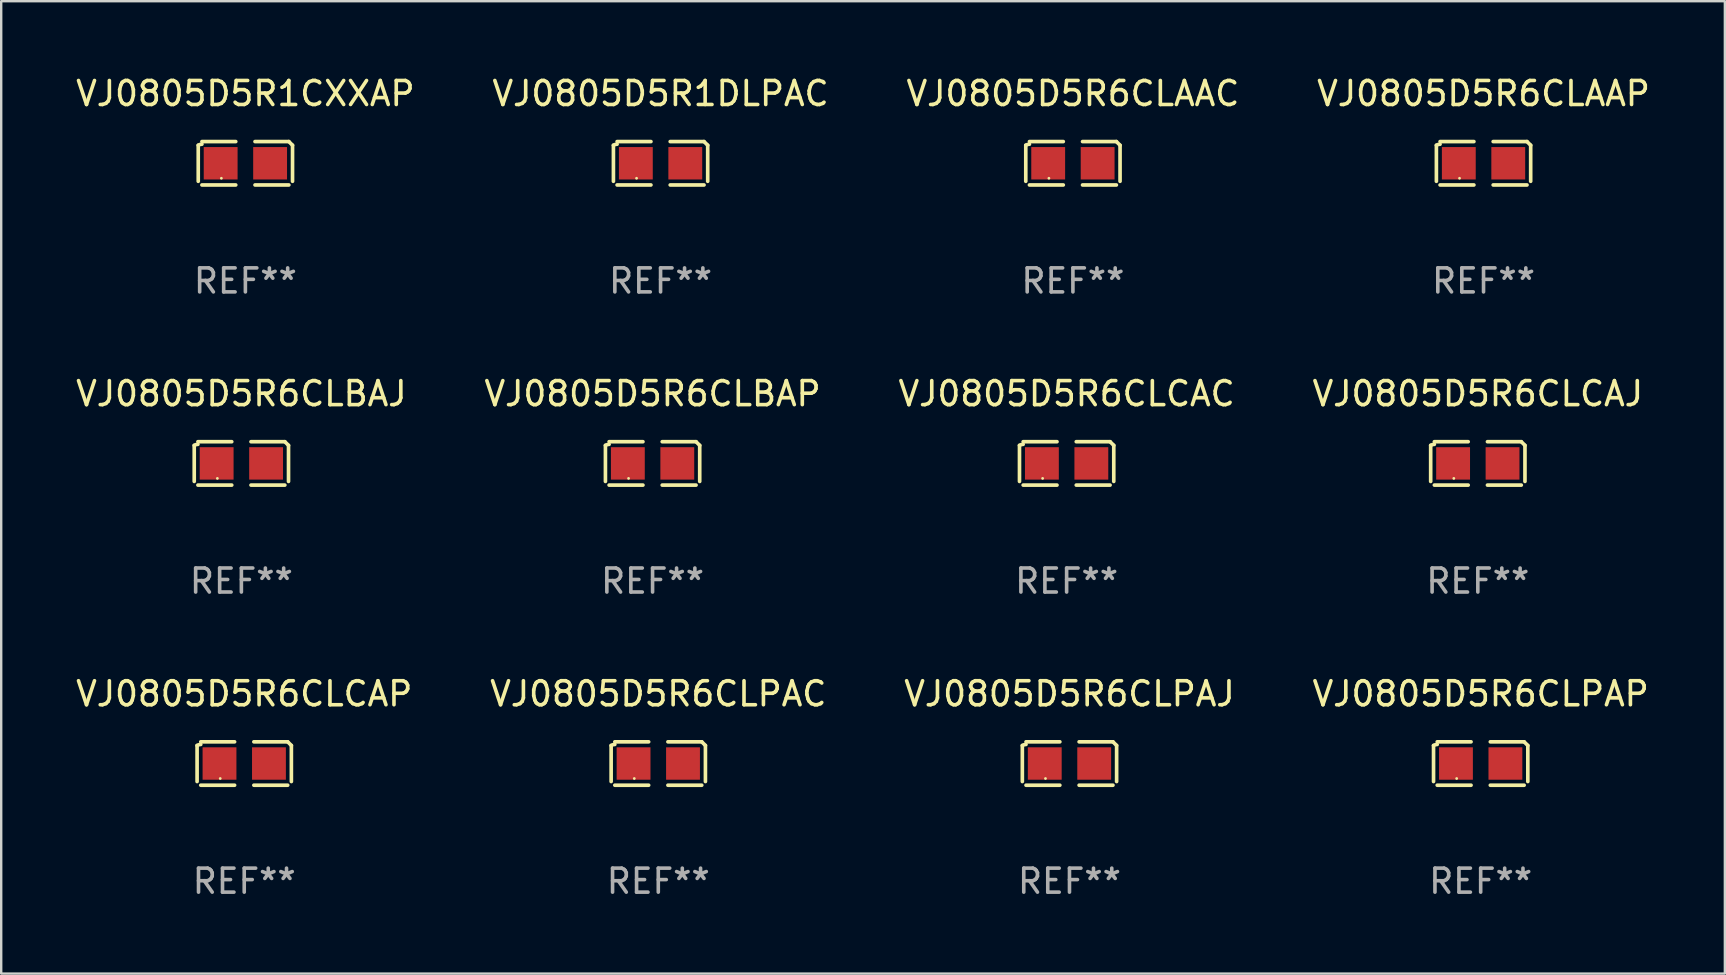
<source format=kicad_pcb>
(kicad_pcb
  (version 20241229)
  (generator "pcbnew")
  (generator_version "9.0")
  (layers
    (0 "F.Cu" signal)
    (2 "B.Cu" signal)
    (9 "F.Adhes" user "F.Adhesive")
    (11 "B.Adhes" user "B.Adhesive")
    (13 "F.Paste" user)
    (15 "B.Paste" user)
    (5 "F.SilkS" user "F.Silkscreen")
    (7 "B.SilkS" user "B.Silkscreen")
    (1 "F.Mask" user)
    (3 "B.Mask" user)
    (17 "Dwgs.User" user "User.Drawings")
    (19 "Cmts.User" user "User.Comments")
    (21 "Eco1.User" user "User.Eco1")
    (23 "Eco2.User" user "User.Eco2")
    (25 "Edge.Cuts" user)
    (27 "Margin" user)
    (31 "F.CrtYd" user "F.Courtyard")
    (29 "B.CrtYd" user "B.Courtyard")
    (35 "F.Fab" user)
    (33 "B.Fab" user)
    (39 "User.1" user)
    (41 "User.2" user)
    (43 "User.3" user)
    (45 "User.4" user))
  (footprint "VJ0805D5R6CLPAP"
    (layer "F.Cu")
    (at 58.637 28.759)
    (property "Reference" "VJ0805D5R6CLPAP" (at 0 -2.904 0) (layer "F.SilkS") (effects (font (size 1 1) (thickness 0.15))))
    (attr through_hole)
    (fp_line (start -1.964 0.751) (end -1.964 -0.751) (stroke (width 0.152) (type solid)) (layer "F.SilkS"))
    (fp_line (start -1.811 -0.904) (end -0.401 -0.904) (stroke (width 0.152) (type solid)) (layer "F.SilkS"))
    (fp_line (start -0.401 0.904) (end -1.811 0.904) (stroke (width 0.152) (type solid)) (layer "F.SilkS"))
    (fp_line (start 0.401 0.904) (end 1.811 0.904) (stroke (width 0.152) (type solid)) (layer "F.SilkS"))
    (fp_line (start 1.811 -0.904) (end 0.401 -0.904) (stroke (width 0.152) (type solid)) (layer "F.SilkS"))
    (fp_line (start 1.964 0.751) (end 1.964 -0.751) (stroke (width 0.152) (type solid)) (layer "F.SilkS"))
    (fp_arc (start -1.963602 -0.751207) (mid -1.890354 -0.783131) (end -1.811201 -0.794044) (stroke (width 0.1524) (type solid)) (layer "F.SilkS"))
    (fp_arc (start 1.811202 -0.903607) (mid 1.887413 -0.827418) (end 1.963602 -0.751207) (stroke (width 0.1524) (type solid)) (layer "F.SilkS"))
    (fp_circle (center -1 0.625) (end -0.97 0.625) (stroke (width 0.06) (type solid)) (fill no) (layer "F.SilkS"))
    (fp_text user "REF**" (at 0 4.904 0) (layer "F.Fab") (effects (font (size 1 1) (thickness 0.15))))
    (pad "1" smd rect (at -1.03 0) (size 1.41 1.35) (layers "F.Cu" "F.Mask" "F.Paste"))
    (pad "2" smd rect (at 1.03 0) (size 1.41 1.35) (layers "F.Cu" "F.Mask" "F.Paste")))
  (footprint "VJ0805D5R6CLCAJ"
    (layer "F.Cu")
    (at 58.518 16.256)
    (property "Reference" "VJ0805D5R6CLCAJ" (at 0 -2.904 0) (layer "F.SilkS") (effects (font (size 1 1) (thickness 0.15))))
    (attr through_hole)
    (fp_line (start -1.964 0.751) (end -1.964 -0.751) (stroke (width 0.152) (type solid)) (layer "F.SilkS"))
    (fp_line (start -1.811 -0.904) (end -0.401 -0.904) (stroke (width 0.152) (type solid)) (layer "F.SilkS"))
    (fp_line (start -0.401 0.904) (end -1.811 0.904) (stroke (width 0.152) (type solid)) (layer "F.SilkS"))
    (fp_line (start 0.401 0.904) (end 1.811 0.904) (stroke (width 0.152) (type solid)) (layer "F.SilkS"))
    (fp_line (start 1.811 -0.904) (end 0.401 -0.904) (stroke (width 0.152) (type solid)) (layer "F.SilkS"))
    (fp_line (start 1.964 0.751) (end 1.964 -0.751) (stroke (width 0.152) (type solid)) (layer "F.SilkS"))
    (fp_arc (start -1.963602 -0.751207) (mid -1.890354 -0.783131) (end -1.811201 -0.794044) (stroke (width 0.1524) (type solid)) (layer "F.SilkS"))
    (fp_arc (start 1.811202 -0.903607) (mid 1.887413 -0.827418) (end 1.963602 -0.751207) (stroke (width 0.1524) (type solid)) (layer "F.SilkS"))
    (fp_circle (center -1 0.625) (end -0.97 0.625) (stroke (width 0.06) (type solid)) (fill no) (layer "F.SilkS"))
    (fp_text user "REF**" (at 0 4.904 0) (layer "F.Fab") (effects (font (size 1 1) (thickness 0.15))))
    (pad "1" smd rect (at -1.03 0) (size 1.41 1.35) (layers "F.Cu" "F.Mask" "F.Paste"))
    (pad "2" smd rect (at 1.03 0) (size 1.41 1.35) (layers "F.Cu" "F.Mask" "F.Paste")))
  (footprint "VJ0805D5R6CLCAP"
    (layer "F.Cu")
    (at 7.125 28.759)
    (property "Reference" "VJ0805D5R6CLCAP" (at 0 -2.904 0) (layer "F.SilkS") (effects (font (size 1 1) (thickness 0.15))))
    (attr through_hole)
    (fp_line (start -1.964 0.751) (end -1.964 -0.751) (stroke (width 0.152) (type solid)) (layer "F.SilkS"))
    (fp_line (start -1.811 -0.904) (end -0.401 -0.904) (stroke (width 0.152) (type solid)) (layer "F.SilkS"))
    (fp_line (start -0.401 0.904) (end -1.811 0.904) (stroke (width 0.152) (type solid)) (layer "F.SilkS"))
    (fp_line (start 0.401 0.904) (end 1.811 0.904) (stroke (width 0.152) (type solid)) (layer "F.SilkS"))
    (fp_line (start 1.811 -0.904) (end 0.401 -0.904) (stroke (width 0.152) (type solid)) (layer "F.SilkS"))
    (fp_line (start 1.964 0.751) (end 1.964 -0.751) (stroke (width 0.152) (type solid)) (layer "F.SilkS"))
    (fp_arc (start -1.963602 -0.751207) (mid -1.890354 -0.783131) (end -1.811201 -0.794044) (stroke (width 0.1524) (type solid)) (layer "F.SilkS"))
    (fp_arc (start 1.811202 -0.903607) (mid 1.887413 -0.827418) (end 1.963602 -0.751207) (stroke (width 0.1524) (type solid)) (layer "F.SilkS"))
    (fp_circle (center -1 0.625) (end -0.97 0.625) (stroke (width 0.06) (type solid)) (fill no) (layer "F.SilkS"))
    (fp_text user "REF**" (at 0 4.904 0) (layer "F.Fab") (effects (font (size 1 1) (thickness 0.15))))
    (pad "1" smd rect (at -1.03 0) (size 1.41 1.35) (layers "F.Cu" "F.Mask" "F.Paste"))
    (pad "2" smd rect (at 1.03 0) (size 1.41 1.35) (layers "F.Cu" "F.Mask" "F.Paste")))
  (footprint "VJ0805D5R6CLAAC"
    (layer "F.Cu")
    (at 41.649 3.752)
    (property "Reference" "VJ0805D5R6CLAAC" (at 0 -2.904 0) (layer "F.SilkS") (effects (font (size 1 1) (thickness 0.15))))
    (attr through_hole)
    (fp_line (start -1.964 0.751) (end -1.964 -0.751) (stroke (width 0.152) (type solid)) (layer "F.SilkS"))
    (fp_line (start -1.811 -0.904) (end -0.401 -0.904) (stroke (width 0.152) (type solid)) (layer "F.SilkS"))
    (fp_line (start -0.401 0.904) (end -1.811 0.904) (stroke (width 0.152) (type solid)) (layer "F.SilkS"))
    (fp_line (start 0.401 0.904) (end 1.811 0.904) (stroke (width 0.152) (type solid)) (layer "F.SilkS"))
    (fp_line (start 1.811 -0.904) (end 0.401 -0.904) (stroke (width 0.152) (type solid)) (layer "F.SilkS"))
    (fp_line (start 1.964 0.751) (end 1.964 -0.751) (stroke (width 0.152) (type solid)) (layer "F.SilkS"))
    (fp_arc (start -1.963602 -0.751207) (mid -1.890354 -0.783131) (end -1.811201 -0.794044) (stroke (width 0.1524) (type solid)) (layer "F.SilkS"))
    (fp_arc (start 1.811202 -0.903607) (mid 1.887413 -0.827418) (end 1.963602 -0.751207) (stroke (width 0.1524) (type solid)) (layer "F.SilkS"))
    (fp_circle (center -1 0.625) (end -0.97 0.625) (stroke (width 0.06) (type solid)) (fill no) (layer "F.SilkS"))
    (fp_text user "REF**" (at 0 4.904 0) (layer "F.Fab") (effects (font (size 1 1) (thickness 0.15))))
    (pad "1" smd rect (at -1.03 0) (size 1.41 1.35) (layers "F.Cu" "F.Mask" "F.Paste"))
    (pad "2" smd rect (at 1.03 0) (size 1.41 1.35) (layers "F.Cu" "F.Mask" "F.Paste")))
  (footprint "VJ0805D5R6CLPAC"
    (layer "F.Cu")
    (at 24.375 28.759)
    (property "Reference" "VJ0805D5R6CLPAC" (at 0 -2.904 0) (layer "F.SilkS") (effects (font (size 1 1) (thickness 0.15))))
    (attr through_hole)
    (fp_line (start -1.964 0.751) (end -1.964 -0.751) (stroke (width 0.152) (type solid)) (layer "F.SilkS"))
    (fp_line (start -1.811 -0.904) (end -0.401 -0.904) (stroke (width 0.152) (type solid)) (layer "F.SilkS"))
    (fp_line (start -0.401 0.904) (end -1.811 0.904) (stroke (width 0.152) (type solid)) (layer "F.SilkS"))
    (fp_line (start 0.401 0.904) (end 1.811 0.904) (stroke (width 0.152) (type solid)) (layer "F.SilkS"))
    (fp_line (start 1.811 -0.904) (end 0.401 -0.904) (stroke (width 0.152) (type solid)) (layer "F.SilkS"))
    (fp_line (start 1.964 0.751) (end 1.964 -0.751) (stroke (width 0.152) (type solid)) (layer "F.SilkS"))
    (fp_arc (start -1.963602 -0.751207) (mid -1.890354 -0.783131) (end -1.811201 -0.794044) (stroke (width 0.1524) (type solid)) (layer "F.SilkS"))
    (fp_arc (start 1.811202 -0.903607) (mid 1.887413 -0.827418) (end 1.963602 -0.751207) (stroke (width 0.1524) (type solid)) (layer "F.SilkS"))
    (fp_circle (center -1 0.625) (end -0.97 0.625) (stroke (width 0.06) (type solid)) (fill no) (layer "F.SilkS"))
    (fp_text user "REF**" (at 0 4.904 0) (layer "F.Fab") (effects (font (size 1 1) (thickness 0.15))))
    (pad "1" smd rect (at -1.03 0) (size 1.41 1.35) (layers "F.Cu" "F.Mask" "F.Paste"))
    (pad "2" smd rect (at 1.03 0) (size 1.41 1.35) (layers "F.Cu" "F.Mask" "F.Paste")))
  (footprint "VJ0805D5R6CLBAJ"
    (layer "F.Cu")
    (at 7.006 16.256)
    (property "Reference" "VJ0805D5R6CLBAJ" (at 0 -2.904 0) (layer "F.SilkS") (effects (font (size 1 1) (thickness 0.15))))
    (attr through_hole)
    (fp_line (start -1.964 0.751) (end -1.964 -0.751) (stroke (width 0.152) (type solid)) (layer "F.SilkS"))
    (fp_line (start -1.811 -0.904) (end -0.401 -0.904) (stroke (width 0.152) (type solid)) (layer "F.SilkS"))
    (fp_line (start -0.401 0.904) (end -1.811 0.904) (stroke (width 0.152) (type solid)) (layer "F.SilkS"))
    (fp_line (start 0.401 0.904) (end 1.811 0.904) (stroke (width 0.152) (type solid)) (layer "F.SilkS"))
    (fp_line (start 1.811 -0.904) (end 0.401 -0.904) (stroke (width 0.152) (type solid)) (layer "F.SilkS"))
    (fp_line (start 1.964 0.751) (end 1.964 -0.751) (stroke (width 0.152) (type solid)) (layer "F.SilkS"))
    (fp_arc (start -1.963602 -0.751207) (mid -1.890354 -0.783131) (end -1.811201 -0.794044) (stroke (width 0.1524) (type solid)) (layer "F.SilkS"))
    (fp_arc (start 1.811202 -0.903607) (mid 1.887413 -0.827418) (end 1.963602 -0.751207) (stroke (width 0.1524) (type solid)) (layer "F.SilkS"))
    (fp_circle (center -1 0.625) (end -0.97 0.625) (stroke (width 0.06) (type solid)) (fill no) (layer "F.SilkS"))
    (fp_text user "REF**" (at 0 4.904 0) (layer "F.Fab") (effects (font (size 1 1) (thickness 0.15))))
    (pad "1" smd rect (at -1.03 0) (size 1.41 1.35) (layers "F.Cu" "F.Mask" "F.Paste"))
    (pad "2" smd rect (at 1.03 0) (size 1.41 1.35) (layers "F.Cu" "F.Mask" "F.Paste")))
  (footprint "VJ0805D5R6CLBAP"
    (layer "F.Cu")
    (at 24.137 16.256)
    (property "Reference" "VJ0805D5R6CLBAP" (at 0 -2.904 0) (layer "F.SilkS") (effects (font (size 1 1) (thickness 0.15))))
    (attr through_hole)
    (fp_line (start -1.964 0.751) (end -1.964 -0.751) (stroke (width 0.152) (type solid)) (layer "F.SilkS"))
    (fp_line (start -1.811 -0.904) (end -0.401 -0.904) (stroke (width 0.152) (type solid)) (layer "F.SilkS"))
    (fp_line (start -0.401 0.904) (end -1.811 0.904) (stroke (width 0.152) (type solid)) (layer "F.SilkS"))
    (fp_line (start 0.401 0.904) (end 1.811 0.904) (stroke (width 0.152) (type solid)) (layer "F.SilkS"))
    (fp_line (start 1.811 -0.904) (end 0.401 -0.904) (stroke (width 0.152) (type solid)) (layer "F.SilkS"))
    (fp_line (start 1.964 0.751) (end 1.964 -0.751) (stroke (width 0.152) (type solid)) (layer "F.SilkS"))
    (fp_arc (start -1.963602 -0.751207) (mid -1.890354 -0.783131) (end -1.811201 -0.794044) (stroke (width 0.1524) (type solid)) (layer "F.SilkS"))
    (fp_arc (start 1.811202 -0.903607) (mid 1.887413 -0.827418) (end 1.963602 -0.751207) (stroke (width 0.1524) (type solid)) (layer "F.SilkS"))
    (fp_circle (center -1 0.625) (end -0.97 0.625) (stroke (width 0.06) (type solid)) (fill no) (layer "F.SilkS"))
    (fp_text user "REF**" (at 0 4.904 0) (layer "F.Fab") (effects (font (size 1 1) (thickness 0.15))))
    (pad "1" smd rect (at -1.03 0) (size 1.41 1.35) (layers "F.Cu" "F.Mask" "F.Paste"))
    (pad "2" smd rect (at 1.03 0) (size 1.41 1.35) (layers "F.Cu" "F.Mask" "F.Paste")))
  (footprint "VJ0805D5R1CXXAP"
    (layer "F.Cu")
    (at 7.173 3.752)
    (property "Reference" "VJ0805D5R1CXXAP" (at 0 -2.904 0) (layer "F.SilkS") (effects (font (size 1 1) (thickness 0.15))))
    (attr through_hole)
    (fp_line (start -1.964 0.751) (end -1.964 -0.751) (stroke (width 0.152) (type solid)) (layer "F.SilkS"))
    (fp_line (start -1.811 -0.904) (end -0.401 -0.904) (stroke (width 0.152) (type solid)) (layer "F.SilkS"))
    (fp_line (start -0.401 0.904) (end -1.811 0.904) (stroke (width 0.152) (type solid)) (layer "F.SilkS"))
    (fp_line (start 0.401 0.904) (end 1.811 0.904) (stroke (width 0.152) (type solid)) (layer "F.SilkS"))
    (fp_line (start 1.811 -0.904) (end 0.401 -0.904) (stroke (width 0.152) (type solid)) (layer "F.SilkS"))
    (fp_line (start 1.964 0.751) (end 1.964 -0.751) (stroke (width 0.152) (type solid)) (layer "F.SilkS"))
    (fp_arc (start -1.963602 -0.751207) (mid -1.890354 -0.783131) (end -1.811201 -0.794044) (stroke (width 0.1524) (type solid)) (layer "F.SilkS"))
    (fp_arc (start 1.811202 -0.903607) (mid 1.887413 -0.827418) (end 1.963602 -0.751207) (stroke (width 0.1524) (type solid)) (layer "F.SilkS"))
    (fp_circle (center -1 0.625) (end -0.97 0.625) (stroke (width 0.06) (type solid)) (fill no) (layer "F.SilkS"))
    (fp_text user "REF**" (at 0 4.904 0) (layer "F.Fab") (effects (font (size 1 1) (thickness 0.15))))
    (pad "1" smd rect (at -1.03 0) (size 1.41 1.35) (layers "F.Cu" "F.Mask" "F.Paste"))
    (pad "2" smd rect (at 1.03 0) (size 1.41 1.35) (layers "F.Cu" "F.Mask" "F.Paste")))
  (footprint "VJ0805D5R6CLAAP"
    (layer "F.Cu")
    (at 58.756 3.752)
    (property "Reference" "VJ0805D5R6CLAAP" (at 0 -2.904 0) (layer "F.SilkS") (effects (font (size 1 1) (thickness 0.15))))
    (attr through_hole)
    (fp_line (start -1.964 0.751) (end -1.964 -0.751) (stroke (width 0.152) (type solid)) (layer "F.SilkS"))
    (fp_line (start -1.811 -0.904) (end -0.401 -0.904) (stroke (width 0.152) (type solid)) (layer "F.SilkS"))
    (fp_line (start -0.401 0.904) (end -1.811 0.904) (stroke (width 0.152) (type solid)) (layer "F.SilkS"))
    (fp_line (start 0.401 0.904) (end 1.811 0.904) (stroke (width 0.152) (type solid)) (layer "F.SilkS"))
    (fp_line (start 1.811 -0.904) (end 0.401 -0.904) (stroke (width 0.152) (type solid)) (layer "F.SilkS"))
    (fp_line (start 1.964 0.751) (end 1.964 -0.751) (stroke (width 0.152) (type solid)) (layer "F.SilkS"))
    (fp_arc (start -1.963602 -0.751207) (mid -1.890354 -0.783131) (end -1.811201 -0.794044) (stroke (width 0.1524) (type solid)) (layer "F.SilkS"))
    (fp_arc (start 1.811202 -0.903607) (mid 1.887413 -0.827418) (end 1.963602 -0.751207) (stroke (width 0.1524) (type solid)) (layer "F.SilkS"))
    (fp_circle (center -1 0.625) (end -0.97 0.625) (stroke (width 0.06) (type solid)) (fill no) (layer "F.SilkS"))
    (fp_text user "REF**" (at 0 4.904 0) (layer "F.Fab") (effects (font (size 1 1) (thickness 0.15))))
    (pad "1" smd rect (at -1.03 0) (size 1.41 1.35) (layers "F.Cu" "F.Mask" "F.Paste"))
    (pad "2" smd rect (at 1.03 0) (size 1.41 1.35) (layers "F.Cu" "F.Mask" "F.Paste")))
  (footprint "VJ0805D5R1DLPAC"
    (layer "F.Cu")
    (at 24.47 3.752)
    (property "Reference" "VJ0805D5R1DLPAC" (at 0 -2.904 0) (layer "F.SilkS") (effects (font (size 1 1) (thickness 0.15))))
    (attr through_hole)
    (fp_line (start -1.964 0.751) (end -1.964 -0.751) (stroke (width 0.152) (type solid)) (layer "F.SilkS"))
    (fp_line (start -1.811 -0.904) (end -0.401 -0.904) (stroke (width 0.152) (type solid)) (layer "F.SilkS"))
    (fp_line (start -0.401 0.904) (end -1.811 0.904) (stroke (width 0.152) (type solid)) (layer "F.SilkS"))
    (fp_line (start 0.401 0.904) (end 1.811 0.904) (stroke (width 0.152) (type solid)) (layer "F.SilkS"))
    (fp_line (start 1.811 -0.904) (end 0.401 -0.904) (stroke (width 0.152) (type solid)) (layer "F.SilkS"))
    (fp_line (start 1.964 0.751) (end 1.964 -0.751) (stroke (width 0.152) (type solid)) (layer "F.SilkS"))
    (fp_arc (start -1.963602 -0.751207) (mid -1.890354 -0.783131) (end -1.811201 -0.794044) (stroke (width 0.1524) (type solid)) (layer "F.SilkS"))
    (fp_arc (start 1.811202 -0.903607) (mid 1.887413 -0.827418) (end 1.963602 -0.751207) (stroke (width 0.1524) (type solid)) (layer "F.SilkS"))
    (fp_circle (center -1 0.625) (end -0.97 0.625) (stroke (width 0.06) (type solid)) (fill no) (layer "F.SilkS"))
    (fp_text user "REF**" (at 0 4.904 0) (layer "F.Fab") (effects (font (size 1 1) (thickness 0.15))))
    (pad "1" smd rect (at -1.03 0) (size 1.41 1.35) (layers "F.Cu" "F.Mask" "F.Paste"))
    (pad "2" smd rect (at 1.03 0) (size 1.41 1.35) (layers "F.Cu" "F.Mask" "F.Paste")))
  (footprint "VJ0805D5R6CLPAJ"
    (layer "F.Cu")
    (at 41.506 28.759)
    (property "Reference" "VJ0805D5R6CLPAJ" (at 0 -2.904 0) (layer "F.SilkS") (effects (font (size 1 1) (thickness 0.15))))
    (attr through_hole)
    (fp_line (start -1.964 0.751) (end -1.964 -0.751) (stroke (width 0.152) (type solid)) (layer "F.SilkS"))
    (fp_line (start -1.811 -0.904) (end -0.401 -0.904) (stroke (width 0.152) (type solid)) (layer "F.SilkS"))
    (fp_line (start -0.401 0.904) (end -1.811 0.904) (stroke (width 0.152) (type solid)) (layer "F.SilkS"))
    (fp_line (start 0.401 0.904) (end 1.811 0.904) (stroke (width 0.152) (type solid)) (layer "F.SilkS"))
    (fp_line (start 1.811 -0.904) (end 0.401 -0.904) (stroke (width 0.152) (type solid)) (layer "F.SilkS"))
    (fp_line (start 1.964 0.751) (end 1.964 -0.751) (stroke (width 0.152) (type solid)) (layer "F.SilkS"))
    (fp_arc (start -1.963602 -0.751207) (mid -1.890354 -0.783131) (end -1.811201 -0.794044) (stroke (width 0.1524) (type solid)) (layer "F.SilkS"))
    (fp_arc (start 1.811202 -0.903607) (mid 1.887413 -0.827418) (end 1.963602 -0.751207) (stroke (width 0.1524) (type solid)) (layer "F.SilkS"))
    (fp_circle (center -1 0.625) (end -0.97 0.625) (stroke (width 0.06) (type solid)) (fill no) (layer "F.SilkS"))
    (fp_text user "REF**" (at 0 4.904 0) (layer "F.Fab") (effects (font (size 1 1) (thickness 0.15))))
    (pad "1" smd rect (at -1.03 0) (size 1.41 1.35) (layers "F.Cu" "F.Mask" "F.Paste"))
    (pad "2" smd rect (at 1.03 0) (size 1.41 1.35) (layers "F.Cu" "F.Mask" "F.Paste")))
  (footprint "VJ0805D5R6CLCAC"
    (layer "F.Cu")
    (at 41.387 16.256)
    (property "Reference" "VJ0805D5R6CLCAC" (at 0 -2.904 0) (layer "F.SilkS") (effects (font (size 1 1) (thickness 0.15))))
    (attr through_hole)
    (fp_line (start -1.964 0.751) (end -1.964 -0.751) (stroke (width 0.152) (type solid)) (layer "F.SilkS"))
    (fp_line (start -1.811 -0.904) (end -0.401 -0.904) (stroke (width 0.152) (type solid)) (layer "F.SilkS"))
    (fp_line (start -0.401 0.904) (end -1.811 0.904) (stroke (width 0.152) (type solid)) (layer "F.SilkS"))
    (fp_line (start 0.401 0.904) (end 1.811 0.904) (stroke (width 0.152) (type solid)) (layer "F.SilkS"))
    (fp_line (start 1.811 -0.904) (end 0.401 -0.904) (stroke (width 0.152) (type solid)) (layer "F.SilkS"))
    (fp_line (start 1.964 0.751) (end 1.964 -0.751) (stroke (width 0.152) (type solid)) (layer "F.SilkS"))
    (fp_arc (start -1.963602 -0.751207) (mid -1.890354 -0.783131) (end -1.811201 -0.794044) (stroke (width 0.1524) (type solid)) (layer "F.SilkS"))
    (fp_arc (start 1.811202 -0.903607) (mid 1.887413 -0.827418) (end 1.963602 -0.751207) (stroke (width 0.1524) (type solid)) (layer "F.SilkS"))
    (fp_circle (center -1 0.625) (end -0.97 0.625) (stroke (width 0.06) (type solid)) (fill no) (layer "F.SilkS"))
    (fp_text user "REF**" (at 0 4.904 0) (layer "F.Fab") (effects (font (size 1 1) (thickness 0.15))))
    (pad "1" smd rect (at -1.03 0) (size 1.41 1.35) (layers "F.Cu" "F.Mask" "F.Paste"))
    (pad "2" smd rect (at 1.03 0) (size 1.41 1.35) (layers "F.Cu" "F.Mask" "F.Paste")))
  (gr_rect
    (start -3 -3)
    (end 68.81 37.511)
    (stroke (width 0.1) (type default))
    (fill no)
    (layer "Edge.Cuts")))
</source>
